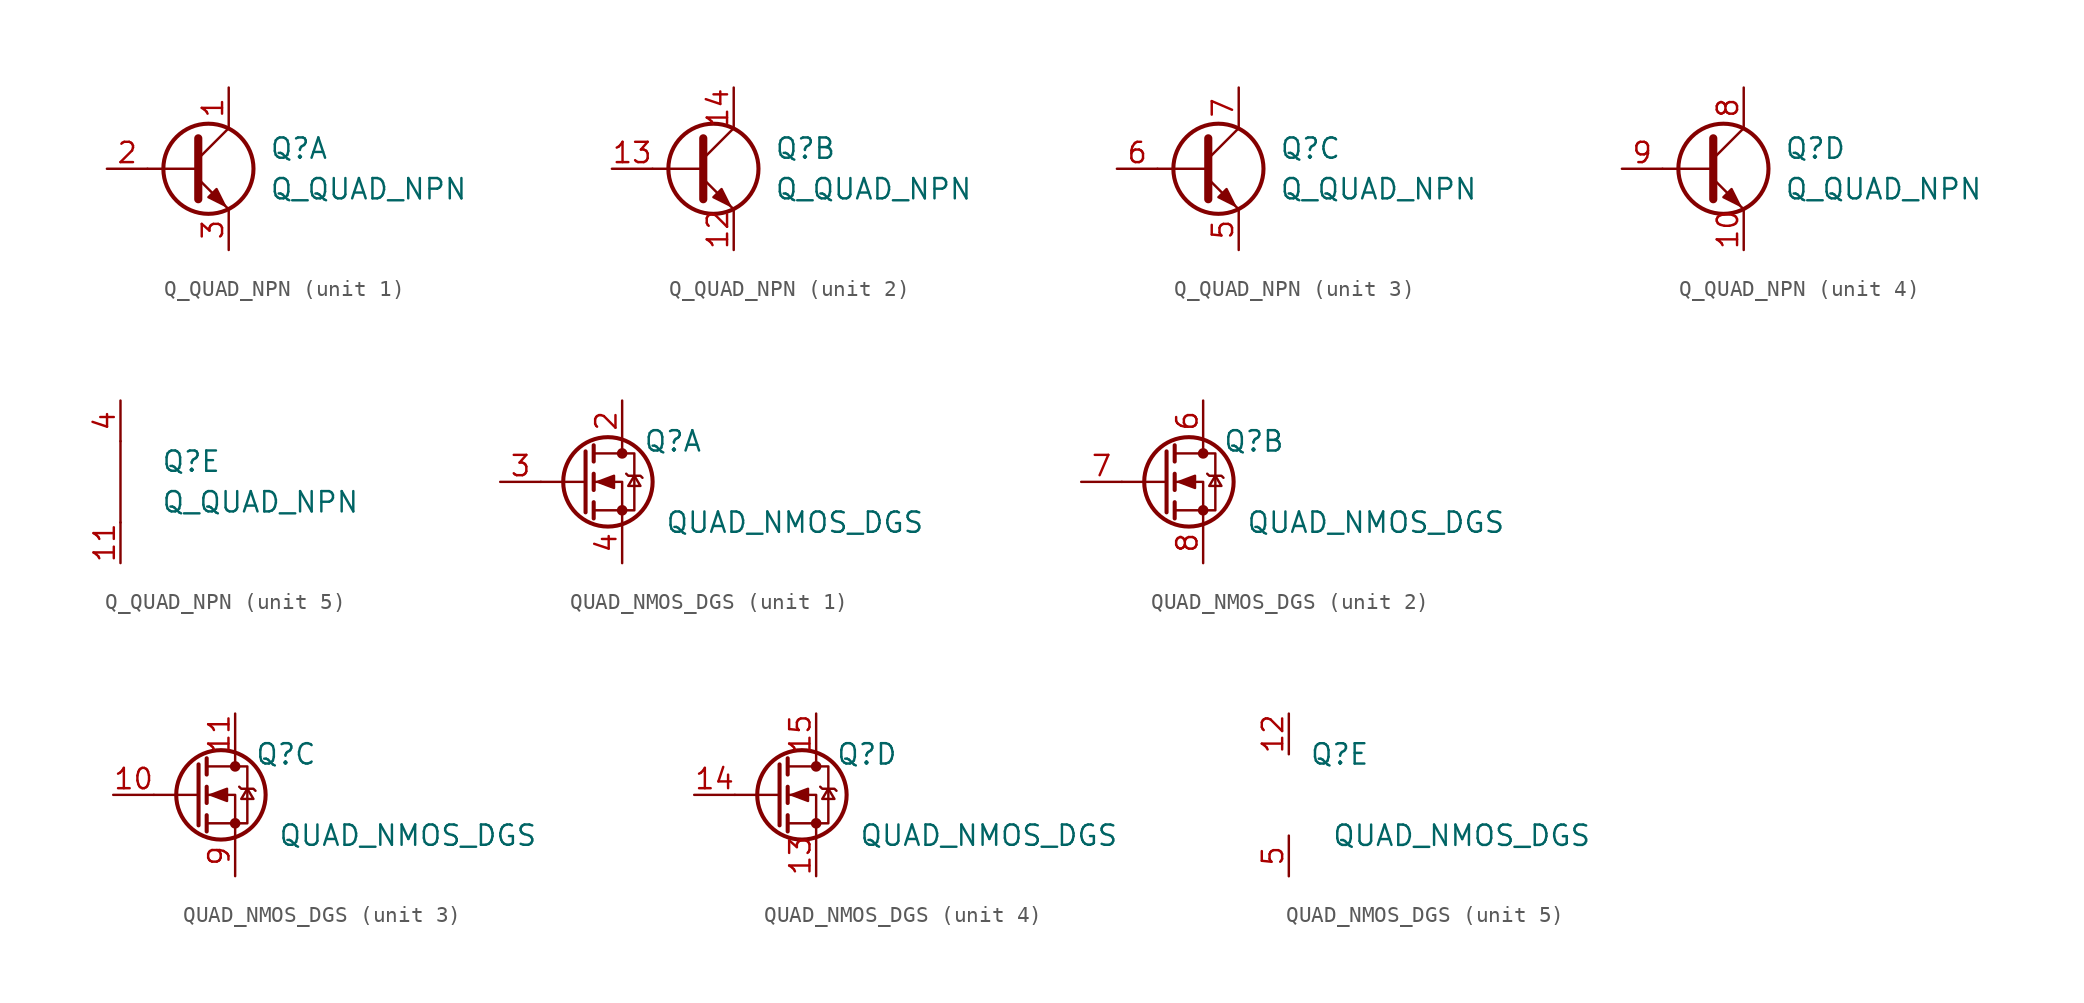
<source format=kicad_sym>
(kicad_symbol_lib
  (version 20211014)
  (generator kicad_symbol_editor)
  (symbol "Q_QUAD_NPN"
    (pin_names
      (offset 0) hide)
    (property "Reference" "Q"
      (at 5.08 1.27 0)
      (effects (font (size 1.27 1.27)) (justify left)))
    (property "Value" "Q_QUAD_NPN"
      (at 5.08 -1.27 0)
      (effects (font (size 1.27 1.27)) (justify left)))
    (property "ki_locked" ""
      (at 0 0 0)
      (effects (font (size 1.27 1.27))))
    (symbol "Q_QUAD_NPN_1_1"
      (polyline (pts (xy 0.635 0) (xy -2.54 0)) (stroke (width 0) (type default) (color 0 0 0 0)) (fill (type none)))
      (polyline (pts (xy 0.635 0.635) (xy 2.54 2.54)) (stroke (width 0) (type default) (color 0 0 0 0)) (fill (type none)))
      (polyline (pts (xy 0.635 -0.635) (xy 2.54 -2.54) (xy 2.54 -2.54)) (stroke (width 0) (type default) (color 0 0 0 0)) (fill (type none)))
      (polyline (pts (xy 0.635 1.905) (xy 0.635 -1.905) (xy 0.635 -1.905)) (stroke (width 0.508) (type default) (color 0 0 0 0)) (fill (type none)))
      (polyline (pts (xy 1.27 -1.778) (xy 1.778 -1.27) (xy 2.286 -2.286) (xy 1.27 -1.778) (xy 1.27 -1.778)) (stroke (width 0) (type default) (color 0 0 0 0)) (fill (type outline)))
      (circle (center 1.27 0) (radius 2.819) (stroke (width 0.254) (type default) (color 0 0 0 0)) (fill (type none)))
      (pin passive line (at 2.54 5.08 270) (length 2.54) (name "C1" (effects (font (size 1.27 1.27)))) (number "1" (effects (font (size 1.27 1.27)))))
      (pin input line (at -5.08 0 0) (length 2.54) (name "B1" (effects (font (size 1.27 1.27)))) (number "2" (effects (font (size 1.27 1.27)))))
      (pin passive line (at 2.54 -5.08 90) (length 2.54) (name "E1" (effects (font (size 1.27 1.27)))) (number "3" (effects (font (size 1.27 1.27))))))
    (symbol "Q_QUAD_NPN_2_1"
      (polyline (pts (xy 0.635 0) (xy -2.54 0)) (stroke (width 0) (type default) (color 0 0 0 0)) (fill (type none)))
      (polyline (pts (xy 0.635 0.635) (xy 2.54 2.54)) (stroke (width 0) (type default) (color 0 0 0 0)) (fill (type none)))
      (polyline (pts (xy 0.635 -0.635) (xy 2.54 -2.54) (xy 2.54 -2.54)) (stroke (width 0) (type default) (color 0 0 0 0)) (fill (type none)))
      (polyline (pts (xy 0.635 1.905) (xy 0.635 -1.905) (xy 0.635 -1.905)) (stroke (width 0.508) (type default) (color 0 0 0 0)) (fill (type none)))
      (polyline (pts (xy 1.27 -1.778) (xy 1.778 -1.27) (xy 2.286 -2.286) (xy 1.27 -1.778) (xy 1.27 -1.778)) (stroke (width 0) (type default) (color 0 0 0 0)) (fill (type outline)))
      (circle (center 1.27 0) (radius 2.819) (stroke (width 0.254) (type default) (color 0 0 0 0)) (fill (type none)))
      (pin passive line (at 2.54 -5.08 90) (length 2.54) (name "E2" (effects (font (size 1.27 1.27)))) (number "12" (effects (font (size 1.27 1.27)))))
      (pin input line (at -5.08 0 0) (length 2.54) (name "B2" (effects (font (size 1.27 1.27)))) (number "13" (effects (font (size 1.27 1.27)))))
      (pin passive line (at 2.54 5.08 270) (length 2.54) (name "C2" (effects (font (size 1.27 1.27)))) (number "14" (effects (font (size 1.27 1.27))))))
    (symbol "Q_QUAD_NPN_3_1"
      (polyline (pts (xy 0.635 0) (xy -2.54 0)) (stroke (width 0) (type default) (color 0 0 0 0)) (fill (type none)))
      (polyline (pts (xy 0.635 0.635) (xy 2.54 2.54)) (stroke (width 0) (type default) (color 0 0 0 0)) (fill (type none)))
      (polyline (pts (xy 0.635 -0.635) (xy 2.54 -2.54) (xy 2.54 -2.54)) (stroke (width 0) (type default) (color 0 0 0 0)) (fill (type none)))
      (polyline (pts (xy 0.635 1.905) (xy 0.635 -1.905) (xy 0.635 -1.905)) (stroke (width 0.508) (type default) (color 0 0 0 0)) (fill (type none)))
      (polyline (pts (xy 1.27 -1.778) (xy 1.778 -1.27) (xy 2.286 -2.286) (xy 1.27 -1.778) (xy 1.27 -1.778)) (stroke (width 0) (type default) (color 0 0 0 0)) (fill (type outline)))
      (circle (center 1.27 0) (radius 2.819) (stroke (width 0.254) (type default) (color 0 0 0 0)) (fill (type none)))
      (pin passive line (at 2.54 -5.08 90) (length 2.54) (name "E3" (effects (font (size 1.27 1.27)))) (number "5" (effects (font (size 1.27 1.27)))))
      (pin input line (at -5.08 0 0) (length 2.54) (name "B3" (effects (font (size 1.27 1.27)))) (number "6" (effects (font (size 1.27 1.27)))))
      (pin passive line (at 2.54 5.08 270) (length 2.54) (name "C3" (effects (font (size 1.27 1.27)))) (number "7" (effects (font (size 1.27 1.27))))))
    (symbol "Q_QUAD_NPN_4_1"
      (polyline (pts (xy 0.635 0) (xy -2.54 0)) (stroke (width 0) (type default) (color 0 0 0 0)) (fill (type none)))
      (polyline (pts (xy 0.635 0.635) (xy 2.54 2.54)) (stroke (width 0) (type default) (color 0 0 0 0)) (fill (type none)))
      (polyline (pts (xy 0.635 -0.635) (xy 2.54 -2.54) (xy 2.54 -2.54)) (stroke (width 0) (type default) (color 0 0 0 0)) (fill (type none)))
      (polyline (pts (xy 0.635 1.905) (xy 0.635 -1.905) (xy 0.635 -1.905)) (stroke (width 0.508) (type default) (color 0 0 0 0)) (fill (type none)))
      (polyline (pts (xy 1.27 -1.778) (xy 1.778 -1.27) (xy 2.286 -2.286) (xy 1.27 -1.778) (xy 1.27 -1.778)) (stroke (width 0) (type default) (color 0 0 0 0)) (fill (type outline)))
      (circle (center 1.27 0) (radius 2.819) (stroke (width 0.254) (type default) (color 0 0 0 0)) (fill (type none)))
      (pin passive line (at 2.54 -5.08 90) (length 2.54) (name "E4" (effects (font (size 1.27 1.27)))) (number "10" (effects (font (size 1.27 1.27)))))
      (pin passive line (at 2.54 5.08 270) (length 2.54) (name "C4" (effects (font (size 1.27 1.27)))) (number "8" (effects (font (size 1.27 1.27)))))
      (pin input line (at -5.08 0 0) (length 2.54) (name "B4" (effects (font (size 1.27 1.27)))) (number "9" (effects (font (size 1.27 1.27))))))
    (symbol "Q_QUAD_NPN_5_1"
      (polyline (pts (xy 2.54 2.54) (xy 2.54 -2.54)) (stroke (width 0) (type default) (color 0 0 0 0)) (fill (type none)))
      (pin passive line (at 2.54 -5.08 90) (length 2.54) (name "SUB" (effects (font (size 1.27 1.27)))) (number "11" (effects (font (size 1.27 1.27)))))
      (pin passive line (at 2.54 5.08 270) (length 2.54) (name "SUB" (effects (font (size 1.27 1.27)))) (number "4" (effects (font (size 1.27 1.27)))))))
  (symbol "QUAD_NMOS_DGS"
    (pin_names
      (offset 0) hide)
    (property "Reference" "Q"
      (at 5.715 2.54 0)
      (effects (font (size 1.27 1.27))))
    (property "Value" "QUAD_NMOS_DGS"
      (at 13.335 -2.54 0)
      (effects (font (size 1.27 1.27))))
    (property "ki_locked" ""
      (at 0 0 0)
      (effects (font (size 1.27 1.27))))
    (symbol "QUAD_NMOS_DGS_1_1"
      (polyline (pts (xy 0.254 0) (xy -2.54 0)) (stroke (width 0) (type default) (color 0 0 0 0)) (fill (type none)))
      (polyline (pts (xy 0.254 1.905) (xy 0.254 -1.905)) (stroke (width 0.254) (type default) (color 0 0 0 0)) (fill (type none)))
      (polyline (pts (xy 0.762 -1.27) (xy 0.762 -2.286)) (stroke (width 0.254) (type default) (color 0 0 0 0)) (fill (type none)))
      (polyline (pts (xy 0.762 0.508) (xy 0.762 -0.508)) (stroke (width 0.254) (type default) (color 0 0 0 0)) (fill (type none)))
      (polyline (pts (xy 0.762 2.286) (xy 0.762 1.27)) (stroke (width 0.254) (type default) (color 0 0 0 0)) (fill (type none)))
      (polyline (pts (xy 2.54 2.54) (xy 2.54 1.778)) (stroke (width 0) (type default) (color 0 0 0 0)) (fill (type none)))
      (polyline (pts (xy 2.54 -2.54) (xy 2.54 0) (xy 0.762 0)) (stroke (width 0) (type default) (color 0 0 0 0)) (fill (type none)))
      (polyline (pts (xy 0.762 -1.778) (xy 3.302 -1.778) (xy 3.302 1.778) (xy 0.762 1.778)) (stroke (width 0) (type default) (color 0 0 0 0)) (fill (type none)))
      (polyline (pts (xy 1.016 0) (xy 2.032 0.381) (xy 2.032 -0.381) (xy 1.016 0)) (stroke (width 0) (type default) (color 0 0 0 0)) (fill (type outline)))
      (polyline (pts (xy 2.794 0.508) (xy 2.921 0.381) (xy 3.683 0.381) (xy 3.81 0.254)) (stroke (width 0) (type default) (color 0 0 0 0)) (fill (type none)))
      (polyline (pts (xy 3.302 0.381) (xy 2.921 -0.254) (xy 3.683 -0.254) (xy 3.302 0.381)) (stroke (width 0) (type default) (color 0 0 0 0)) (fill (type none)))
      (circle (center 1.651 0) (radius 2.794) (stroke (width 0.254) (type default) (color 0 0 0 0)) (fill (type none)))
      (circle (center 2.54 -1.778) (radius 0.254) (stroke (width 0) (type default) (color 0 0 0 0)) (fill (type outline)))
      (circle (center 2.54 1.778) (radius 0.254) (stroke (width 0) (type default) (color 0 0 0 0)) (fill (type outline)))
      (pin passive line (at 2.54 5.08 270) (length 2.54) (name "D" (effects (font (size 1.27 1.27)))) (number "2" (effects (font (size 1.27 1.27)))))
      (pin input line (at -5.08 0 0) (length 2.54) (name "G" (effects (font (size 1.27 1.27)))) (number "3" (effects (font (size 1.27 1.27)))))
      (pin passive line (at 2.54 -5.08 90) (length 2.54) (name "S" (effects (font (size 1.27 1.27)))) (number "4" (effects (font (size 1.27 1.27))))))
    (symbol "QUAD_NMOS_DGS_2_1"
      (polyline (pts (xy 0.254 0) (xy -2.54 0)) (stroke (width 0) (type default) (color 0 0 0 0)) (fill (type none)))
      (polyline (pts (xy 0.254 1.905) (xy 0.254 -1.905)) (stroke (width 0.254) (type default) (color 0 0 0 0)) (fill (type none)))
      (polyline (pts (xy 0.762 -1.27) (xy 0.762 -2.286)) (stroke (width 0.254) (type default) (color 0 0 0 0)) (fill (type none)))
      (polyline (pts (xy 0.762 0.508) (xy 0.762 -0.508)) (stroke (width 0.254) (type default) (color 0 0 0 0)) (fill (type none)))
      (polyline (pts (xy 0.762 2.286) (xy 0.762 1.27)) (stroke (width 0.254) (type default) (color 0 0 0 0)) (fill (type none)))
      (polyline (pts (xy 2.54 2.54) (xy 2.54 1.778)) (stroke (width 0) (type default) (color 0 0 0 0)) (fill (type none)))
      (polyline (pts (xy 2.54 -2.54) (xy 2.54 0) (xy 0.762 0)) (stroke (width 0) (type default) (color 0 0 0 0)) (fill (type none)))
      (polyline (pts (xy 0.762 -1.778) (xy 3.302 -1.778) (xy 3.302 1.778) (xy 0.762 1.778)) (stroke (width 0) (type default) (color 0 0 0 0)) (fill (type none)))
      (polyline (pts (xy 1.016 0) (xy 2.032 0.381) (xy 2.032 -0.381) (xy 1.016 0)) (stroke (width 0) (type default) (color 0 0 0 0)) (fill (type outline)))
      (polyline (pts (xy 2.794 0.508) (xy 2.921 0.381) (xy 3.683 0.381) (xy 3.81 0.254)) (stroke (width 0) (type default) (color 0 0 0 0)) (fill (type none)))
      (polyline (pts (xy 3.302 0.381) (xy 2.921 -0.254) (xy 3.683 -0.254) (xy 3.302 0.381)) (stroke (width 0) (type default) (color 0 0 0 0)) (fill (type none)))
      (circle (center 1.651 0) (radius 2.794) (stroke (width 0.254) (type default) (color 0 0 0 0)) (fill (type none)))
      (circle (center 2.54 -1.778) (radius 0.254) (stroke (width 0) (type default) (color 0 0 0 0)) (fill (type outline)))
      (circle (center 2.54 1.778) (radius 0.254) (stroke (width 0) (type default) (color 0 0 0 0)) (fill (type outline)))
      (pin passive line (at 2.54 5.08 270) (length 2.54) (name "D" (effects (font (size 1.27 1.27)))) (number "6" (effects (font (size 1.27 1.27)))))
      (pin input line (at -5.08 0 0) (length 2.54) (name "G" (effects (font (size 1.27 1.27)))) (number "7" (effects (font (size 1.27 1.27)))))
      (pin passive line (at 2.54 -5.08 90) (length 2.54) (name "S" (effects (font (size 1.27 1.27)))) (number "8" (effects (font (size 1.27 1.27))))))
    (symbol "QUAD_NMOS_DGS_3_1"
      (polyline (pts (xy 0.254 0) (xy -2.54 0)) (stroke (width 0) (type default) (color 0 0 0 0)) (fill (type none)))
      (polyline (pts (xy 0.254 1.905) (xy 0.254 -1.905)) (stroke (width 0.254) (type default) (color 0 0 0 0)) (fill (type none)))
      (polyline (pts (xy 0.762 -1.27) (xy 0.762 -2.286)) (stroke (width 0.254) (type default) (color 0 0 0 0)) (fill (type none)))
      (polyline (pts (xy 0.762 0.508) (xy 0.762 -0.508)) (stroke (width 0.254) (type default) (color 0 0 0 0)) (fill (type none)))
      (polyline (pts (xy 0.762 2.286) (xy 0.762 1.27)) (stroke (width 0.254) (type default) (color 0 0 0 0)) (fill (type none)))
      (polyline (pts (xy 2.54 2.54) (xy 2.54 1.778)) (stroke (width 0) (type default) (color 0 0 0 0)) (fill (type none)))
      (polyline (pts (xy 2.54 -2.54) (xy 2.54 0) (xy 0.762 0)) (stroke (width 0) (type default) (color 0 0 0 0)) (fill (type none)))
      (polyline (pts (xy 0.762 -1.778) (xy 3.302 -1.778) (xy 3.302 1.778) (xy 0.762 1.778)) (stroke (width 0) (type default) (color 0 0 0 0)) (fill (type none)))
      (polyline (pts (xy 1.016 0) (xy 2.032 0.381) (xy 2.032 -0.381) (xy 1.016 0)) (stroke (width 0) (type default) (color 0 0 0 0)) (fill (type outline)))
      (polyline (pts (xy 2.794 0.508) (xy 2.921 0.381) (xy 3.683 0.381) (xy 3.81 0.254)) (stroke (width 0) (type default) (color 0 0 0 0)) (fill (type none)))
      (polyline (pts (xy 3.302 0.381) (xy 2.921 -0.254) (xy 3.683 -0.254) (xy 3.302 0.381)) (stroke (width 0) (type default) (color 0 0 0 0)) (fill (type none)))
      (circle (center 1.651 0) (radius 2.794) (stroke (width 0.254) (type default) (color 0 0 0 0)) (fill (type none)))
      (circle (center 2.54 -1.778) (radius 0.254) (stroke (width 0) (type default) (color 0 0 0 0)) (fill (type outline)))
      (circle (center 2.54 1.778) (radius 0.254) (stroke (width 0) (type default) (color 0 0 0 0)) (fill (type outline)))
      (pin input line (at -5.08 0 0) (length 2.54) (name "G" (effects (font (size 1.27 1.27)))) (number "10" (effects (font (size 1.27 1.27)))))
      (pin passive line (at 2.54 5.08 270) (length 2.54) (name "D" (effects (font (size 1.27 1.27)))) (number "11" (effects (font (size 1.27 1.27)))))
      (pin passive line (at 2.54 -5.08 90) (length 2.54) (name "S" (effects (font (size 1.27 1.27)))) (number "9" (effects (font (size 1.27 1.27))))))
    (symbol "QUAD_NMOS_DGS_4_1"
      (polyline (pts (xy 0.254 0) (xy -2.54 0)) (stroke (width 0) (type default) (color 0 0 0 0)) (fill (type none)))
      (polyline (pts (xy 0.254 1.905) (xy 0.254 -1.905)) (stroke (width 0.254) (type default) (color 0 0 0 0)) (fill (type none)))
      (polyline (pts (xy 0.762 -1.27) (xy 0.762 -2.286)) (stroke (width 0.254) (type default) (color 0 0 0 0)) (fill (type none)))
      (polyline (pts (xy 0.762 0.508) (xy 0.762 -0.508)) (stroke (width 0.254) (type default) (color 0 0 0 0)) (fill (type none)))
      (polyline (pts (xy 0.762 2.286) (xy 0.762 1.27)) (stroke (width 0.254) (type default) (color 0 0 0 0)) (fill (type none)))
      (polyline (pts (xy 2.54 2.54) (xy 2.54 1.778)) (stroke (width 0) (type default) (color 0 0 0 0)) (fill (type none)))
      (polyline (pts (xy 2.54 -2.54) (xy 2.54 0) (xy 0.762 0)) (stroke (width 0) (type default) (color 0 0 0 0)) (fill (type none)))
      (polyline (pts (xy 0.762 -1.778) (xy 3.302 -1.778) (xy 3.302 1.778) (xy 0.762 1.778)) (stroke (width 0) (type default) (color 0 0 0 0)) (fill (type none)))
      (polyline (pts (xy 1.016 0) (xy 2.032 0.381) (xy 2.032 -0.381) (xy 1.016 0)) (stroke (width 0) (type default) (color 0 0 0 0)) (fill (type outline)))
      (polyline (pts (xy 2.794 0.508) (xy 2.921 0.381) (xy 3.683 0.381) (xy 3.81 0.254)) (stroke (width 0) (type default) (color 0 0 0 0)) (fill (type none)))
      (polyline (pts (xy 3.302 0.381) (xy 2.921 -0.254) (xy 3.683 -0.254) (xy 3.302 0.381)) (stroke (width 0) (type default) (color 0 0 0 0)) (fill (type none)))
      (circle (center 1.651 0) (radius 2.794) (stroke (width 0.254) (type default) (color 0 0 0 0)) (fill (type none)))
      (circle (center 2.54 -1.778) (radius 0.254) (stroke (width 0) (type default) (color 0 0 0 0)) (fill (type outline)))
      (circle (center 2.54 1.778) (radius 0.254) (stroke (width 0) (type default) (color 0 0 0 0)) (fill (type outline)))
      (pin passive line (at 2.54 -5.08 90) (length 2.54) (name "S" (effects (font (size 1.27 1.27)))) (number "13" (effects (font (size 1.27 1.27)))))
      (pin input line (at -5.08 0 0) (length 2.54) (name "G" (effects (font (size 1.27 1.27)))) (number "14" (effects (font (size 1.27 1.27)))))
      (pin passive line (at 2.54 5.08 270) (length 2.54) (name "D" (effects (font (size 1.27 1.27)))) (number "15" (effects (font (size 1.27 1.27))))))
    (symbol "QUAD_NMOS_DGS_5_1"
      (pin passive line (at 2.54 5.08 270) (length 2.54) (name "V+" (effects (font (size 1.27 1.27)))) (number "12" (effects (font (size 1.27 1.27)))))
      (pin passive line (at 2.54 -5.08 90) (length 2.54) (name "V-" (effects (font (size 1.27 1.27)))) (number "5" (effects (font (size 1.27 1.27))))))))
</source>
